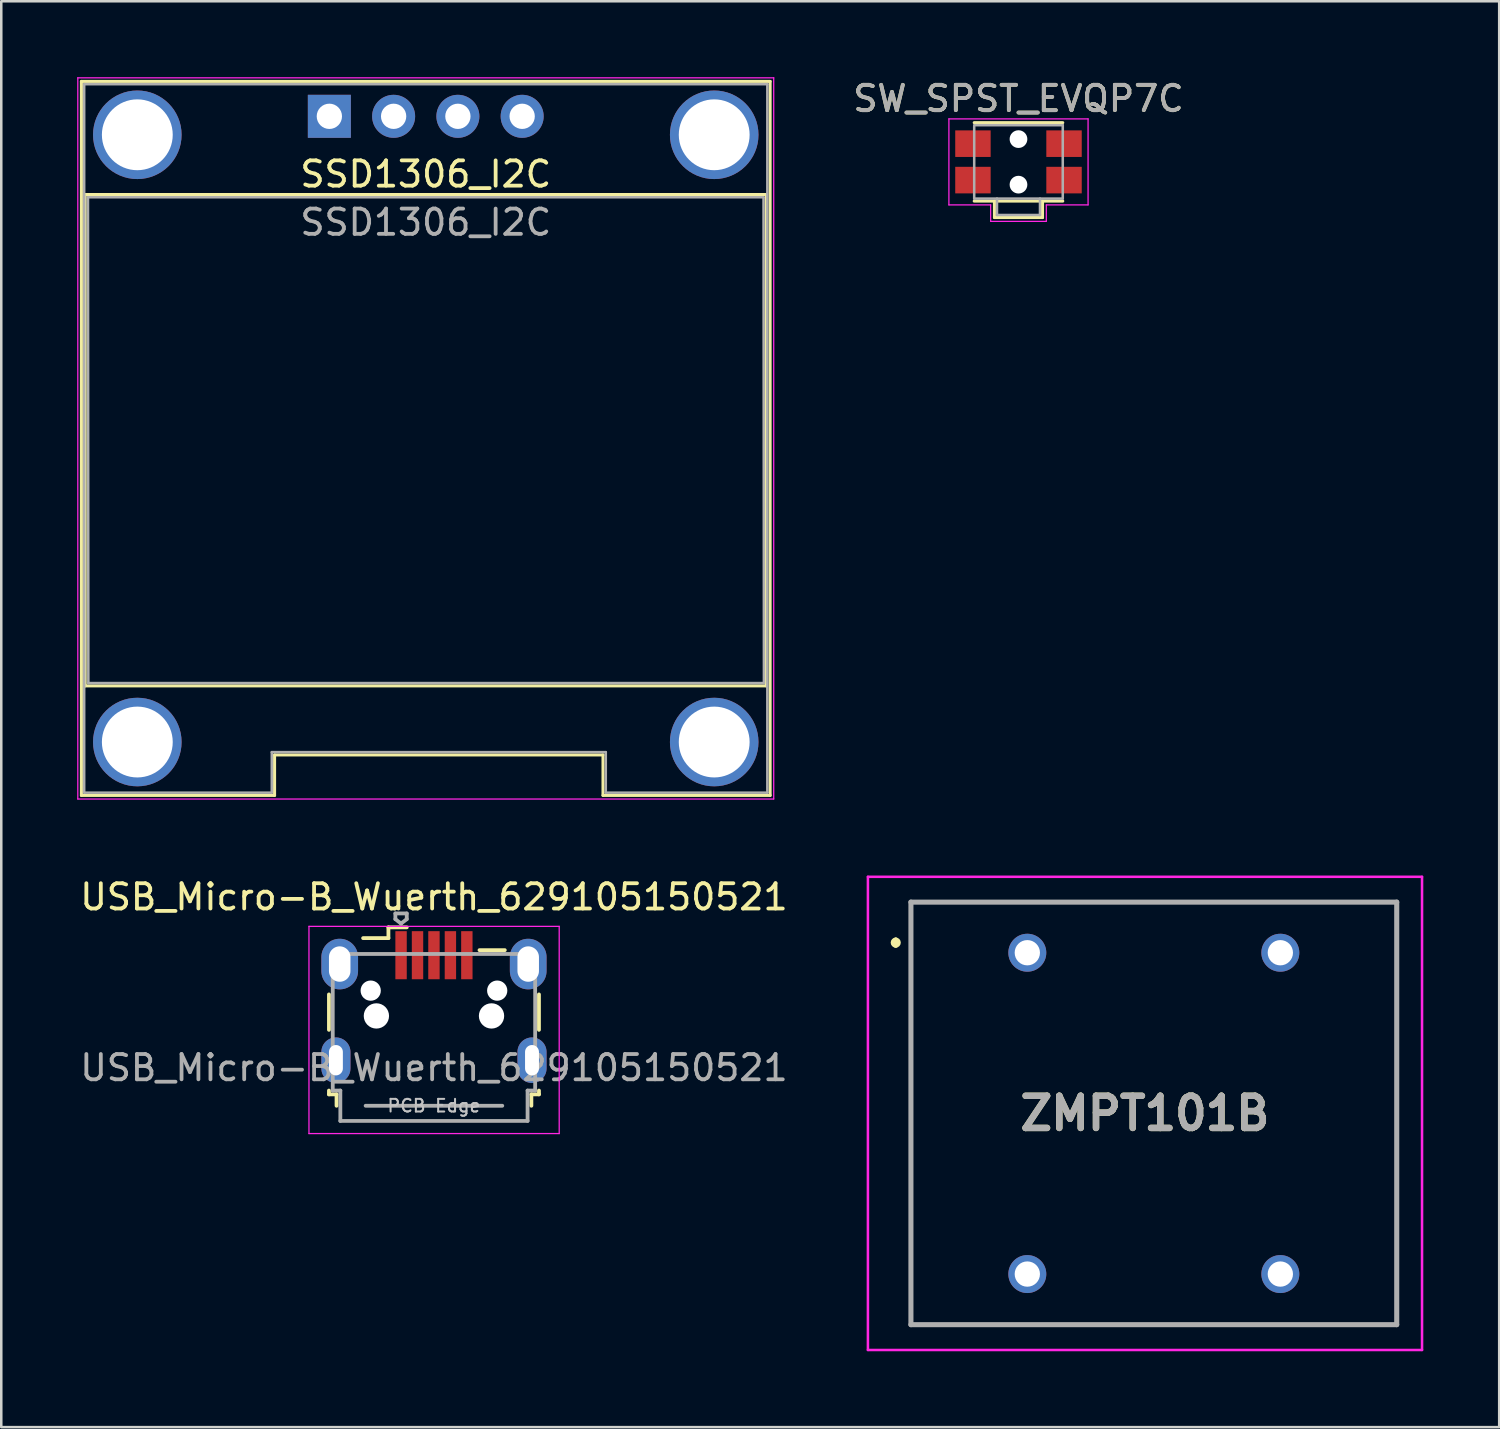
<source format=kicad_pcb>
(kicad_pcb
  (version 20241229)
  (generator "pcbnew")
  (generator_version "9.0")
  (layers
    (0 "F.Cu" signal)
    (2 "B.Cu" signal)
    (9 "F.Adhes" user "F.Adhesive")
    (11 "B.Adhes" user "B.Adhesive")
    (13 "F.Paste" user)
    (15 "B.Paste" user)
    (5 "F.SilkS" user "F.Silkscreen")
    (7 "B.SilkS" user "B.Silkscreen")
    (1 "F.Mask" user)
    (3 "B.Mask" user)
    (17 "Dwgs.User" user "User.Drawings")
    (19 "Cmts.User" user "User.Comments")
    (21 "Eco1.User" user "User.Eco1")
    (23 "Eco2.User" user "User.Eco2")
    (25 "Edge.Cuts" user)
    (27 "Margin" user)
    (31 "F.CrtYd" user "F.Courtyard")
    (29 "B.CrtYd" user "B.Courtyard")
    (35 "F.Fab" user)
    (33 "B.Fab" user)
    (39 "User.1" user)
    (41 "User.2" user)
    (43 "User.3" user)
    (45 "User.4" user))
  (footprint "SW_SPST_EVQP7C"
    (layer "F.Cu")
    (at 37.203 3.348)
    (property "Reference" "SW_SPST_EVQP7C" (at 0 -2.5 0) (layer "F.SilkS") (effects (font (size 1 1) (thickness 0.15))))
    (attr smd)
    (fp_line (start -1.75 -1.55) (end 1.75 -1.55) (stroke (width 0.12) (type solid)) (layer "F.SilkS"))
    (fp_line (start -0.95 2.2) (end -0.95 1.55) (stroke (width 0.12) (type solid)) (layer "F.SilkS"))
    (fp_line (start 0.95 1.55) (end 0.95 2.2) (stroke (width 0.12) (type solid)) (layer "F.SilkS"))
    (fp_line (start 0.95 2.2) (end -0.95 2.2) (stroke (width 0.12) (type solid)) (layer "F.SilkS"))
    (fp_line (start 1.75 1.55) (end -1.75 1.55) (stroke (width 0.12) (type solid)) (layer "F.SilkS"))
    (fp_line (start -2.75 -1.7) (end 2.75 -1.7) (stroke (width 0.05) (type solid)) (layer "F.CrtYd"))
    (fp_line (start -2.75 1.7) (end -2.75 -1.7) (stroke (width 0.05) (type solid)) (layer "F.CrtYd"))
    (fp_line (start -1.1 1.7) (end -2.75 1.7) (stroke (width 0.05) (type solid)) (layer "F.CrtYd"))
    (fp_line (start -1.1 2.35) (end -1.1 1.7) (stroke (width 0.05) (type solid)) (layer "F.CrtYd"))
    (fp_line (start 1.1 1.7) (end 1.1 2.35) (stroke (width 0.05) (type solid)) (layer "F.CrtYd"))
    (fp_line (start 1.1 2.35) (end -1.1 2.35) (stroke (width 0.05) (type solid)) (layer "F.CrtYd"))
    (fp_line (start 2.75 -1.7) (end 2.75 1.7) (stroke (width 0.05) (type solid)) (layer "F.CrtYd"))
    (fp_line (start 2.75 1.7) (end 1.1 1.7) (stroke (width 0.05) (type solid)) (layer "F.CrtYd"))
    (fp_line (start -1.75 -1.45) (end 1.75 -1.45) (stroke (width 0.1) (type solid)) (layer "F.Fab"))
    (fp_line (start -1.75 1.45) (end -1.75 -1.4) (stroke (width 0.1) (type solid)) (layer "F.Fab"))
    (fp_line (start -0.85 2.1) (end -0.85 1.45) (stroke (width 0.1) (type solid)) (layer "F.Fab"))
    (fp_line (start -0.85 2.1) (end 0.85 2.1) (stroke (width 0.1) (type solid)) (layer "F.Fab"))
    (fp_line (start 0.85 2.1) (end 0.85 1.45) (stroke (width 0.1) (type solid)) (layer "F.Fab"))
    (fp_line (start 1.75 -1.45) (end 1.75 1.45) (stroke (width 0.1) (type solid)) (layer "F.Fab"))
    (fp_line (start 1.75 1.45) (end -1.75 1.45) (stroke (width 0.1) (type solid)) (layer "F.Fab"))
    (fp_text user "${REFERENCE}" (at 0 -2.5 0) (layer "F.Fab") (effects (font (size 1 1) (thickness 0.15))))
    (pad "" np_thru_hole circle (at 0 -0.9) (size 0.7 0.7) (drill 0.7) (layers "*.Cu" "*.Mask"))
    (pad "" np_thru_hole circle (at 0 0.9) (size 0.7 0.7) (drill 0.7) (layers "*.Cu" "*.Mask"))
    (pad "1" smd rect (at -1.8 -0.72) (size 1.4 1.05) (layers "F.Cu" "F.Mask" "F.Paste"))
    (pad "1" smd rect (at 1.8 -0.72) (size 1.4 1.05) (layers "F.Cu" "F.Mask" "F.Paste"))
    (pad "2" smd rect (at -1.8 0.72) (size 1.4 1.05) (layers "F.Cu" "F.Mask" "F.Paste"))
    (pad "2" smd rect (at 1.8 0.72) (size 1.4 1.05) (layers "F.Cu" "F.Mask" "F.Paste")))
  (footprint "ZMPT101B"
    (layer "F.Cu")
    (at 37.552 34.604)
    (property "Reference" "ZMPT101B" (at 4.65 6.35 0) (layer "F.SilkS") (effects (font (size 1.27 1.27) (thickness 0.254))))
    (attr through_hole)
    (fp_line (start -5.2 -0.5) (end -5.2 -0.5) (stroke (width 0.2) (type solid)) (layer "F.SilkS"))
    (fp_line (start -5.2 -0.3) (end -5.2 -0.3) (stroke (width 0.2) (type solid)) (layer "F.SilkS"))
    (fp_line (start -4.6 -2) (end 14.6 -2) (stroke (width 0.1) (type solid)) (layer "F.SilkS"))
    (fp_line (start -4.6 14.7) (end -4.6 -2) (stroke (width 0.1) (type solid)) (layer "F.SilkS"))
    (fp_line (start 14.6 -2) (end 14.6 14.7) (stroke (width 0.1) (type solid)) (layer "F.SilkS"))
    (fp_line (start 14.6 14.7) (end -4.6 14.7) (stroke (width 0.1) (type solid)) (layer "F.SilkS"))
    (fp_arc (start -5.2 -0.5) (mid -5.1 -0.4) (end -5.2 -0.3) (stroke (width 0.2) (type solid)) (layer "F.SilkS"))
    (fp_arc (start -5.2 -0.3) (mid -5.3 -0.4) (end -5.2 -0.5) (stroke (width 0.2) (type solid)) (layer "F.SilkS"))
    (fp_line (start -6.3 -3) (end 15.6 -3) (stroke (width 0.1) (type solid)) (layer "F.CrtYd"))
    (fp_line (start -6.3 15.7) (end -6.3 -3) (stroke (width 0.1) (type solid)) (layer "F.CrtYd"))
    (fp_line (start 15.6 -3) (end 15.6 15.7) (stroke (width 0.1) (type solid)) (layer "F.CrtYd"))
    (fp_line (start 15.6 15.7) (end -6.3 15.7) (stroke (width 0.1) (type solid)) (layer "F.CrtYd"))
    (fp_line (start -4.6 -2) (end 14.6 -2) (stroke (width 0.2) (type solid)) (layer "F.Fab"))
    (fp_line (start -4.6 14.7) (end -4.6 -2) (stroke (width 0.2) (type solid)) (layer "F.Fab"))
    (fp_line (start 14.6 -2) (end 14.6 14.7) (stroke (width 0.2) (type solid)) (layer "F.Fab"))
    (fp_line (start 14.6 14.7) (end -4.6 14.7) (stroke (width 0.2) (type solid)) (layer "F.Fab"))
    (fp_text user "${REFERENCE}" (at 4.65 6.35 0) (layer "F.Fab") (effects (font (size 1.27 1.27) (thickness 0.254))))
    (pad "1" thru_hole circle (at 0 0) (size 1.5 1.5) (drill 1) (layers "*.Cu" "*.Mask"))
    (pad "2" thru_hole circle (at 0 12.7) (size 1.5 1.5) (drill 1) (layers "*.Cu" "*.Mask"))
    (pad "3" thru_hole circle (at 10 12.7) (size 1.5 1.5) (drill 1) (layers "*.Cu" "*.Mask"))
    (pad "4" thru_hole circle (at 10 0) (size 1.5 1.5) (drill 1) (layers "*.Cu" "*.Mask")))
  (footprint "USB_Micro-B_Wuerth_629105150521"
    (layer "F.Cu")
    (at 14.101 36.902)
    (property "Reference" "USB_Micro-B_Wuerth_629105150521" (at 0 -4.5 0) (layer "F.SilkS") (effects (font (size 1 1) (thickness 0.15))))
    (attr smd)
    (fp_line (start -4.15 -0.65) (end -4.15 0.75) (stroke (width 0.15) (type solid)) (layer "F.SilkS"))
    (fp_line (start -4.15 3.15) (end -4.15 3.3) (stroke (width 0.15) (type solid)) (layer "F.SilkS"))
    (fp_line (start -4.15 3.3) (end -3.85 3.3) (stroke (width 0.15) (type solid)) (layer "F.SilkS"))
    (fp_line (start -3.85 3.3) (end -3.85 3.75) (stroke (width 0.15) (type solid)) (layer "F.SilkS"))
    (fp_line (start -1.8 -3.3) (end -1.8 -2.875) (stroke (width 0.15) (type solid)) (layer "F.SilkS"))
    (fp_line (start -1.8 -2.875) (end -2.8 -2.875) (stroke (width 0.15) (type solid)) (layer "F.SilkS"))
    (fp_line (start -1.075 -3.3) (end -1.8 -3.3) (stroke (width 0.15) (type solid)) (layer "F.SilkS"))
    (fp_line (start 1.8 -2.4) (end 2.8 -2.4) (stroke (width 0.15) (type solid)) (layer "F.SilkS"))
    (fp_line (start 3.85 3.3) (end 4.15 3.3) (stroke (width 0.15) (type solid)) (layer "F.SilkS"))
    (fp_line (start 3.85 3.75) (end 3.85 3.3) (stroke (width 0.15) (type solid)) (layer "F.SilkS"))
    (fp_line (start 4.15 0.75) (end 4.15 -0.65) (stroke (width 0.15) (type solid)) (layer "F.SilkS"))
    (fp_line (start 4.15 3.3) (end 4.15 3.15) (stroke (width 0.15) (type solid)) (layer "F.SilkS"))
    (fp_line (start -4.94 -3.34) (end -4.94 4.85) (stroke (width 0.05) (type solid)) (layer "F.CrtYd"))
    (fp_line (start -4.94 4.85) (end 4.95 4.85) (stroke (width 0.05) (type solid)) (layer "F.CrtYd"))
    (fp_line (start 4.95 -3.34) (end -4.94 -3.34) (stroke (width 0.05) (type solid)) (layer "F.CrtYd"))
    (fp_line (start 4.95 4.85) (end 4.95 -3.34) (stroke (width 0.05) (type solid)) (layer "F.CrtYd"))
    (fp_line (start -4 -2.25) (end -4 3.15) (stroke (width 0.15) (type solid)) (layer "F.Fab"))
    (fp_line (start -4 3.15) (end -3.7 3.15) (stroke (width 0.15) (type solid)) (layer "F.Fab"))
    (fp_line (start -3.7 3.15) (end -3.7 4.35) (stroke (width 0.15) (type solid)) (layer "F.Fab"))
    (fp_line (start -3.7 4.35) (end 3.7 4.35) (stroke (width 0.15) (type solid)) (layer "F.Fab"))
    (fp_line (start -2.7 3.75) (end 2.7 3.75) (stroke (width 0.15) (type solid)) (layer "F.Fab"))
    (fp_line (start -1.525 -3.85) (end -1.075 -3.85) (stroke (width 0.15) (type solid)) (layer "F.Fab"))
    (fp_line (start -1.525 -3.625) (end -1.525 -3.85) (stroke (width 0.15) (type solid)) (layer "F.Fab"))
    (fp_line (start -1.3 -3.45) (end -1.525 -3.625) (stroke (width 0.15) (type solid)) (layer "F.Fab"))
    (fp_line (start -1.075 -3.85) (end -1.075 -3.625) (stroke (width 0.15) (type solid)) (layer "F.Fab"))
    (fp_line (start -1.075 -3.625) (end -1.3 -3.45) (stroke (width 0.15) (type solid)) (layer "F.Fab"))
    (fp_line (start 3.7 3.15) (end 4 3.15) (stroke (width 0.15) (type solid)) (layer "F.Fab"))
    (fp_line (start 3.7 4.35) (end 3.7 3.15) (stroke (width 0.15) (type solid)) (layer "F.Fab"))
    (fp_line (start 4 -2.25) (end -4 -2.25) (stroke (width 0.15) (type solid)) (layer "F.Fab"))
    (fp_line (start 4 3.15) (end 4 -2.25) (stroke (width 0.15) (type solid)) (layer "F.Fab"))
    (fp_text user "PCB Edge" (at 0 3.75 0) (layer "Dwgs.User") (effects (font (size 0.5 0.5) (thickness 0.08))))
    (fp_text user "${REFERENCE}" (at 0 2.25 0) (layer "F.Fab") (effects (font (size 1 1) (thickness 0.15))))
    (pad "" np_thru_hole oval (at -2.5 -0.8) (size 0.8 0.8) (drill 0.8) (layers "*.Cu" "*.Mask"))
    (pad "" np_thru_hole oval (at -2.275 0.2) (size 1 1) (drill 1) (layers "*.Cu" "*.Mask"))
    (pad "" np_thru_hole oval (at 2.275 0.2) (size 1 1) (drill 1) (layers "*.Cu" "*.Mask"))
    (pad "" np_thru_hole oval (at 2.5 -0.8) (size 0.8 0.8) (drill 0.8) (layers "*.Cu" "*.Mask"))
    (pad "1" smd rect (at -1.3 -2.2) (size 0.45 1.9) (layers "F.Cu" "F.Mask" "F.Paste"))
    (pad "2" smd rect (at -0.65 -2.2) (size 0.45 1.9) (layers "F.Cu" "F.Mask" "F.Paste"))
    (pad "3" smd rect (at 0 -2.2) (size 0.45 1.9) (layers "F.Cu" "F.Mask" "F.Paste"))
    (pad "4" smd rect (at 0.65 -2.2) (size 0.45 1.9) (layers "F.Cu" "F.Mask" "F.Paste"))
    (pad "5" smd rect (at 1.3 -2.2) (size 0.45 1.9) (layers "F.Cu" "F.Mask" "F.Paste"))
    (pad "6" thru_hole oval (at -3.875 1.95) (size 1.15 1.8) (drill oval 0.55 1.2) (layers "*.Cu" "*.Mask"))
    (pad "6" thru_hole oval (at -3.725 -1.85) (size 1.45 2) (drill oval 0.85 1.4) (layers "*.Cu" "*.Mask"))
    (pad "6" thru_hole oval (at 3.725 -1.85) (size 1.45 2) (drill oval 0.85 1.4) (layers "*.Cu" "*.Mask"))
    (pad "6" thru_hole oval (at 3.875 1.95) (size 1.15 1.8) (drill oval 0.55 1.2) (layers "*.Cu" "*.Mask")))
  (footprint "SSD1306_I2C"
    (layer "F.Cu")
    (at 9.967 1.547)
    (property "Reference" "SSD1306_I2C" (at 3.81 2.286 0) (layer "F.SilkS") (effects (font (size 1 1) (thickness 0.15))))
    (attr through_hole)
    (fp_line (start -9.8 -1.38) (end -9.8 26.84) (stroke (width 0.12) (type solid)) (layer "F.SilkS"))
    (fp_line (start -9.8 -1.38) (end 17.42 -1.38) (stroke (width 0.12) (type solid)) (layer "F.SilkS"))
    (fp_line (start -9.8 26.84) (end -2.165 26.84) (stroke (width 0.12) (type solid)) (layer "F.SilkS"))
    (fp_line (start -9.65 3.09) (end -9.65 22.51) (stroke (width 0.12) (type solid)) (layer "F.SilkS"))
    (fp_line (start -9.65 3.09) (end 17.27 3.09) (stroke (width 0.12) (type solid)) (layer "F.SilkS"))
    (fp_line (start -9.65 22.51) (end 17.27 22.51) (stroke (width 0.12) (type solid)) (layer "F.SilkS"))
    (fp_line (start -2.165 25.24) (end -2.165 26.84) (stroke (width 0.12) (type solid)) (layer "F.SilkS"))
    (fp_line (start -2.165 25.24) (end 10.815 25.24) (stroke (width 0.12) (type solid)) (layer "F.SilkS"))
    (fp_line (start 10.815 26.84) (end 10.815 25.24) (stroke (width 0.12) (type solid)) (layer "F.SilkS"))
    (fp_line (start 10.815 26.84) (end 17.42 26.84) (stroke (width 0.12) (type solid)) (layer "F.SilkS"))
    (fp_line (start 17.27 3.09) (end 17.27 22.51) (stroke (width 0.12) (type solid)) (layer "F.SilkS"))
    (fp_line (start 17.42 -1.38) (end 17.42 26.84) (stroke (width 0.12) (type solid)) (layer "F.SilkS"))
    (fp_line (start -9.942 -1.522) (end -9.942 26.982) (stroke (width 0.05) (type solid)) (layer "F.CrtYd"))
    (fp_line (start -9.942 -1.522) (end 17.562 -1.522) (stroke (width 0.05) (type solid)) (layer "F.CrtYd"))
    (fp_line (start -9.942 26.982) (end 17.562 26.982) (stroke (width 0.05) (type solid)) (layer "F.CrtYd"))
    (fp_line (start 17.562 -1.522) (end 17.562 26.982) (stroke (width 0.05) (type solid)) (layer "F.CrtYd"))
    (fp_line (start -9.69 -1.27) (end -9.69 26.73) (stroke (width 0.1) (type solid)) (layer "F.Fab"))
    (fp_line (start -9.69 -1.27) (end 17.31 -1.27) (stroke (width 0.1) (type solid)) (layer "F.Fab"))
    (fp_line (start -9.69 26.73) (end -2.275 26.73) (stroke (width 0.1) (type solid)) (layer "F.Fab"))
    (fp_line (start -9.54 3.2) (end -9.525 22.4) (stroke (width 0.1) (type solid)) (layer "F.Fab"))
    (fp_line (start -9.54 3.2) (end 17.16 3.2) (stroke (width 0.1) (type solid)) (layer "F.Fab"))
    (fp_line (start -9.525 22.4) (end 17.175 22.4) (stroke (width 0.1) (type solid)) (layer "F.Fab"))
    (fp_line (start -2.275 25.13) (end -2.275 26.73) (stroke (width 0.1) (type solid)) (layer "F.Fab"))
    (fp_line (start -2.275 25.13) (end 10.925 25.13) (stroke (width 0.1) (type solid)) (layer "F.Fab"))
    (fp_line (start 10.925 26.73) (end 10.925 25.13) (stroke (width 0.1) (type solid)) (layer "F.Fab"))
    (fp_line (start 17.16 3.2) (end 17.175 22.4) (stroke (width 0.1) (type solid)) (layer "F.Fab"))
    (fp_line (start 17.31 -1.27) (end 17.31 26.73) (stroke (width 0.1) (type solid)) (layer "F.Fab"))
    (fp_line (start 17.31 26.73) (end 10.925 26.73) (stroke (width 0.1) (type solid)) (layer "F.Fab"))
    (fp_text user "${REFERENCE}" (at 3.81 4.191 0) (layer "F.Fab") (effects (font (size 1 1) (thickness 0.15))))
    (pad "1" thru_hole rect (at 0 0) (size 1.7 1.7) (drill 1) (layers "*.Cu" "*.Mask"))
    (pad "2" thru_hole circle (at 2.54 0) (size 1.7 1.7) (drill 1) (layers "*.Cu" "*.Mask"))
    (pad "3" thru_hole circle (at 5.08 0) (size 1.7 1.7) (drill 1) (layers "*.Cu" "*.Mask"))
    (pad "4" thru_hole circle (at 7.62 0) (size 1.7 1.7) (drill 1) (layers "*.Cu" "*.Mask"))
    (pad "~" thru_hole circle (at -7.59 0.73) (size 3.5 3.5) (drill 2.8) (layers "*.Cu" "*.Mask"))
    (pad "~" thru_hole circle (at -7.59 24.73) (size 3.5 3.5) (drill 2.8) (layers "*.Cu" "*.Mask"))
    (pad "~" thru_hole circle (at 15.21 0.73) (size 3.5 3.5) (drill 2.8) (layers "*.Cu" "*.Mask"))
    (pad "~" thru_hole circle (at 15.21 24.73) (size 3.5 3.5) (drill 2.8) (layers "*.Cu" "*.Mask")))
  (gr_rect
    (start -3 -3)
    (end 56.202 53.354)
    (stroke (width 0.1) (type default))
    (fill no)
    (layer "Edge.Cuts")))
</source>
